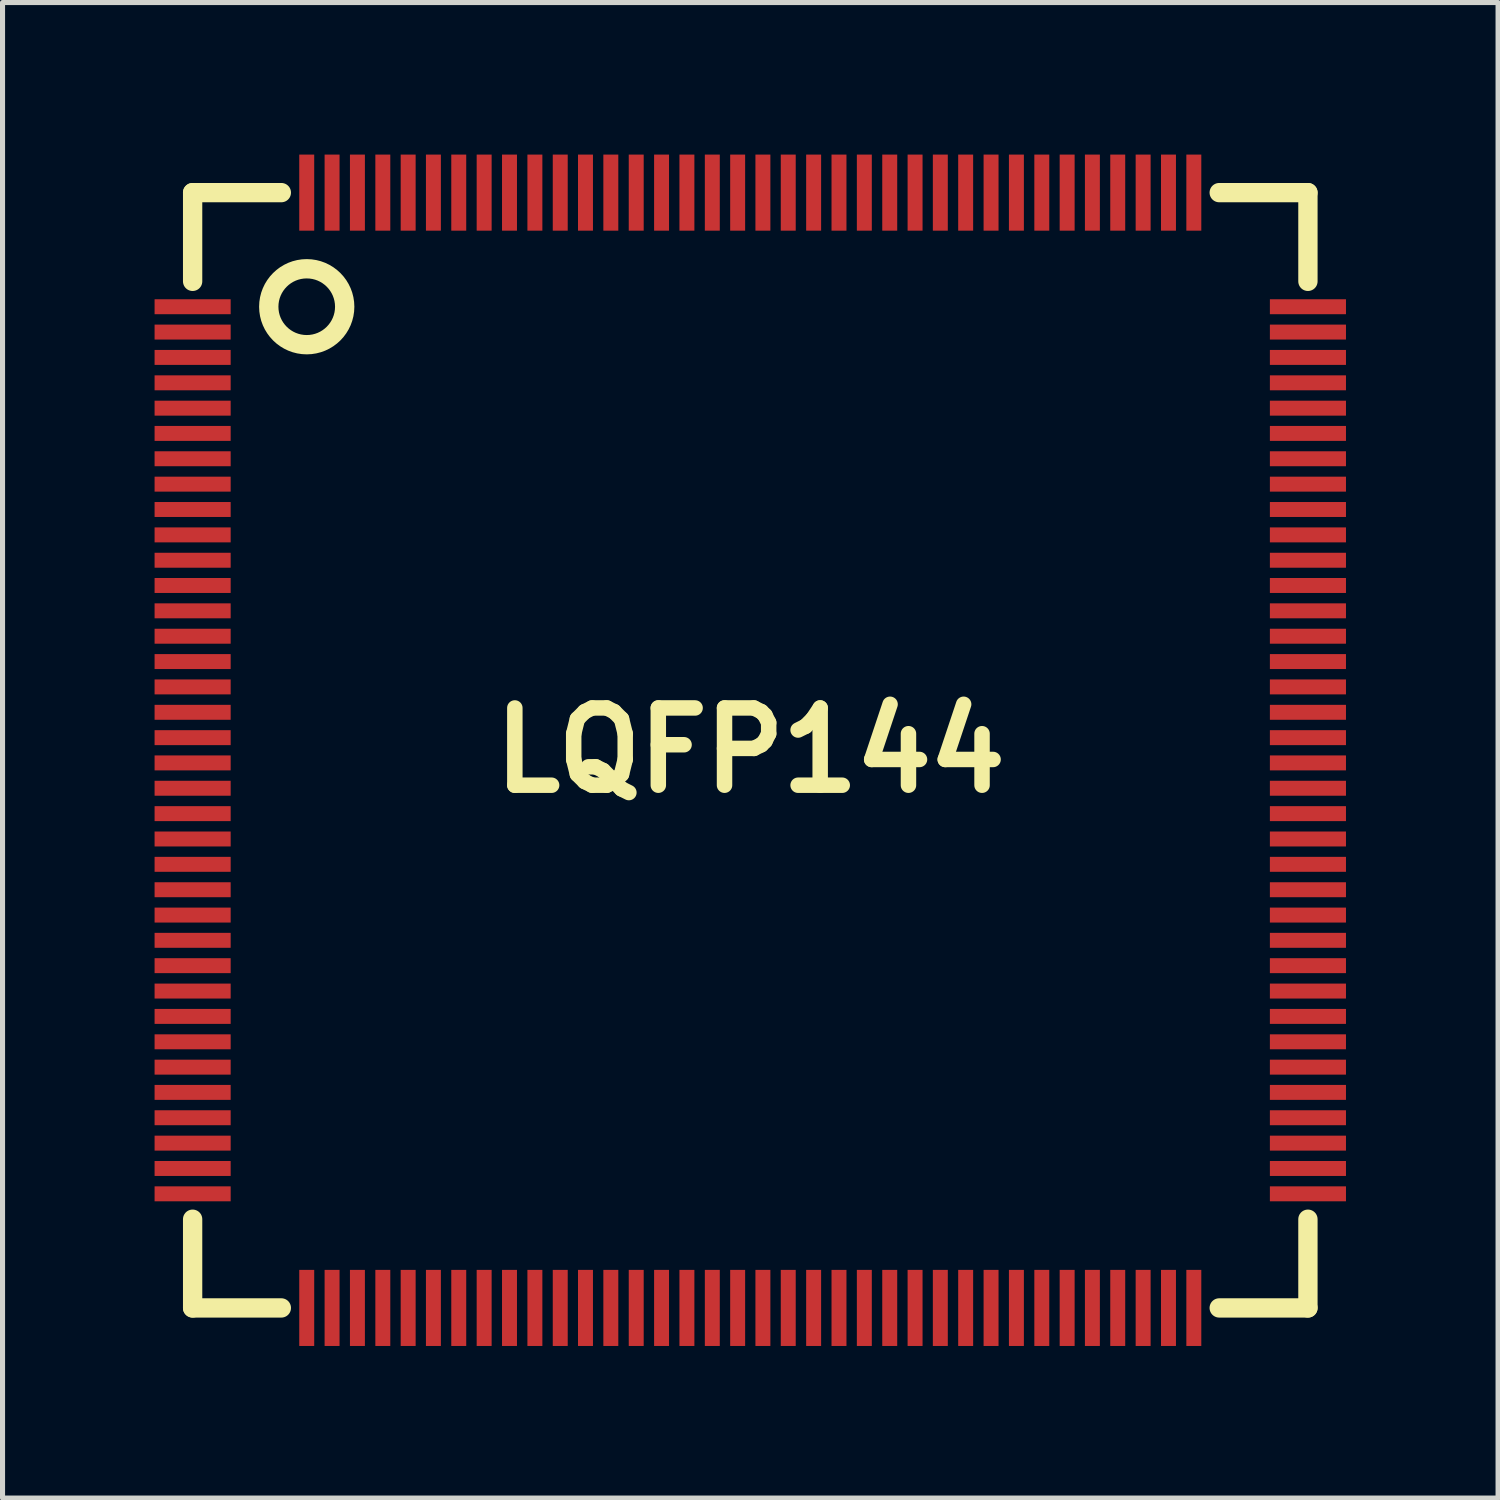
<source format=kicad_pcb>
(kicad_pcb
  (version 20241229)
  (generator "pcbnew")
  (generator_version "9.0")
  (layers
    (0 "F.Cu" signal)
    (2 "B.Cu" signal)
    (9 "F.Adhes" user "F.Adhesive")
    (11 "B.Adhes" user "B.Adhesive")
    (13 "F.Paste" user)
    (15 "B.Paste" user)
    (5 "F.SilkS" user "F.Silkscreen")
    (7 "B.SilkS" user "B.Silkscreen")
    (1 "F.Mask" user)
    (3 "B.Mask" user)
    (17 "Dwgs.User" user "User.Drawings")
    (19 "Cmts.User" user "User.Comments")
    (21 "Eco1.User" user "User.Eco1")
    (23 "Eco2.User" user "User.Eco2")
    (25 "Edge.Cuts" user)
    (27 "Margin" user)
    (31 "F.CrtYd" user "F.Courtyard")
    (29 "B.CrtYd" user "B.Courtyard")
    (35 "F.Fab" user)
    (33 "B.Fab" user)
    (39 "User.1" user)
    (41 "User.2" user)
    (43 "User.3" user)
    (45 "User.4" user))
  (footprint "LQFP144"
    (layer "F.Cu")
    (at 11.751 11.751)
    (property "Reference" "LQFP144" (at 0 0 0) (layer "F.SilkS") (effects (font (size 1.524 1.524) (thickness 0.305))))
    (attr smd)
    (fp_line (start -11.001 -11.001) (end -9.251 -11.001) (stroke (width 0.381) (type solid)) (layer "F.SilkS"))
    (fp_line (start -11.001 -9.251) (end -11.001 -11.001) (stroke (width 0.381) (type solid)) (layer "F.SilkS"))
    (fp_line (start -11.001 9.251) (end -11.001 11.001) (stroke (width 0.381) (type solid)) (layer "F.SilkS"))
    (fp_line (start -11.001 11.001) (end -9.251 11.001) (stroke (width 0.381) (type solid)) (layer "F.SilkS"))
    (fp_line (start 9.251 11.001) (end 11.001 11.001) (stroke (width 0.381) (type solid)) (layer "F.SilkS"))
    (fp_line (start 11.001 -11.001) (end 9.251 -11.001) (stroke (width 0.381) (type solid)) (layer "F.SilkS"))
    (fp_line (start 11.001 -9.251) (end 11.001 -11.001) (stroke (width 0.381) (type solid)) (layer "F.SilkS"))
    (fp_line (start 11.001 11.001) (end 11.001 9.251) (stroke (width 0.381) (type solid)) (layer "F.SilkS"))
    (fp_circle (center -8.75 -8.75) (end -8.001 -8.75) (stroke (width 0.381) (type solid)) (fill no) (layer "F.SilkS"))
    (pad "1" smd rect (at -11.001 -8.75) (size 1.501 0.295) (layers "F.Cu" "F.Mask" "F.Paste"))
    (pad "2" smd rect (at -11.001 -8.25) (size 1.501 0.295) (layers "F.Cu" "F.Mask" "F.Paste"))
    (pad "3" smd rect (at -11.001 -7.75) (size 1.501 0.295) (layers "F.Cu" "F.Mask" "F.Paste"))
    (pad "4" smd rect (at -11.001 -7.249) (size 1.501 0.295) (layers "F.Cu" "F.Mask" "F.Paste"))
    (pad "5" smd rect (at -11.001 -6.749) (size 1.501 0.295) (layers "F.Cu" "F.Mask" "F.Paste"))
    (pad "6" smd rect (at -11.001 -6.251) (size 1.501 0.295) (layers "F.Cu" "F.Mask" "F.Paste"))
    (pad "7" smd rect (at -11.001 -5.751) (size 1.501 0.295) (layers "F.Cu" "F.Mask" "F.Paste"))
    (pad "8" smd rect (at -11.001 -5.25) (size 1.501 0.295) (layers "F.Cu" "F.Mask" "F.Paste"))
    (pad "9" smd rect (at -11.001 -4.75) (size 1.501 0.295) (layers "F.Cu" "F.Mask" "F.Paste"))
    (pad "10" smd rect (at -11.001 -4.249) (size 1.501 0.295) (layers "F.Cu" "F.Mask" "F.Paste"))
    (pad "11" smd rect (at -11.001 -3.749) (size 1.501 0.295) (layers "F.Cu" "F.Mask" "F.Paste"))
    (pad "12" smd rect (at -11.001 -3.251) (size 1.501 0.295) (layers "F.Cu" "F.Mask" "F.Paste"))
    (pad "13" smd rect (at -11.001 -2.751) (size 1.501 0.295) (layers "F.Cu" "F.Mask" "F.Paste"))
    (pad "14" smd rect (at -11.001 -2.25) (size 1.501 0.295) (layers "F.Cu" "F.Mask" "F.Paste"))
    (pad "15" smd rect (at -11.001 -1.75) (size 1.501 0.295) (layers "F.Cu" "F.Mask" "F.Paste"))
    (pad "16" smd rect (at -11.001 -1.25) (size 1.501 0.295) (layers "F.Cu" "F.Mask" "F.Paste"))
    (pad "17" smd rect (at -11.001 -0.749) (size 1.501 0.295) (layers "F.Cu" "F.Mask" "F.Paste"))
    (pad "18" smd rect (at -11.001 -0.249) (size 1.501 0.295) (layers "F.Cu" "F.Mask" "F.Paste"))
    (pad "19" smd rect (at -11.001 0.249) (size 1.501 0.295) (layers "F.Cu" "F.Mask" "F.Paste"))
    (pad "20" smd rect (at -11.001 0.749) (size 1.501 0.295) (layers "F.Cu" "F.Mask" "F.Paste"))
    (pad "21" smd rect (at -11.001 1.25) (size 1.501 0.295) (layers "F.Cu" "F.Mask" "F.Paste"))
    (pad "22" smd rect (at -11.001 1.75) (size 1.501 0.295) (layers "F.Cu" "F.Mask" "F.Paste"))
    (pad "23" smd rect (at -11.001 2.25) (size 1.501 0.295) (layers "F.Cu" "F.Mask" "F.Paste"))
    (pad "24" smd rect (at -11.001 2.751) (size 1.501 0.295) (layers "F.Cu" "F.Mask" "F.Paste"))
    (pad "25" smd rect (at -11.001 3.251) (size 1.501 0.295) (layers "F.Cu" "F.Mask" "F.Paste"))
    (pad "26" smd rect (at -11.001 3.749) (size 1.501 0.295) (layers "F.Cu" "F.Mask" "F.Paste"))
    (pad "27" smd rect (at -11.001 4.249) (size 1.501 0.295) (layers "F.Cu" "F.Mask" "F.Paste"))
    (pad "28" smd rect (at -11.001 4.75) (size 1.501 0.295) (layers "F.Cu" "F.Mask" "F.Paste"))
    (pad "29" smd rect (at -11.001 5.25) (size 1.501 0.295) (layers "F.Cu" "F.Mask" "F.Paste"))
    (pad "30" smd rect (at -11.001 5.751) (size 1.501 0.295) (layers "F.Cu" "F.Mask" "F.Paste"))
    (pad "31" smd rect (at -11.001 6.251) (size 1.501 0.295) (layers "F.Cu" "F.Mask" "F.Paste"))
    (pad "32" smd rect (at -11.001 6.749) (size 1.501 0.295) (layers "F.Cu" "F.Mask" "F.Paste"))
    (pad "33" smd rect (at -11.001 7.249) (size 1.501 0.295) (layers "F.Cu" "F.Mask" "F.Paste"))
    (pad "34" smd rect (at -11.001 7.75) (size 1.501 0.295) (layers "F.Cu" "F.Mask" "F.Paste"))
    (pad "35" smd rect (at -11.001 8.25) (size 1.501 0.295) (layers "F.Cu" "F.Mask" "F.Paste"))
    (pad "36" smd rect (at -11.001 8.75) (size 1.501 0.295) (layers "F.Cu" "F.Mask" "F.Paste"))
    (pad "37" smd rect (at -8.75 11.001 90) (size 1.501 0.295) (layers "F.Cu" "F.Mask" "F.Paste"))
    (pad "38" smd rect (at -8.25 11.001 90) (size 1.501 0.295) (layers "F.Cu" "F.Mask" "F.Paste"))
    (pad "39" smd rect (at -7.75 11.001 90) (size 1.501 0.295) (layers "F.Cu" "F.Mask" "F.Paste"))
    (pad "40" smd rect (at -7.249 11.001 90) (size 1.501 0.295) (layers "F.Cu" "F.Mask" "F.Paste"))
    (pad "41" smd rect (at -6.749 11.001 90) (size 1.501 0.295) (layers "F.Cu" "F.Mask" "F.Paste"))
    (pad "42" smd rect (at -6.251 11.001 90) (size 1.501 0.295) (layers "F.Cu" "F.Mask" "F.Paste"))
    (pad "43" smd rect (at -5.751 11.001 90) (size 1.501 0.295) (layers "F.Cu" "F.Mask" "F.Paste"))
    (pad "44" smd rect (at -5.25 11.001 90) (size 1.501 0.295) (layers "F.Cu" "F.Mask" "F.Paste"))
    (pad "45" smd rect (at -4.75 11.001 90) (size 1.501 0.295) (layers "F.Cu" "F.Mask" "F.Paste"))
    (pad "46" smd rect (at -4.249 11.001 90) (size 1.501 0.295) (layers "F.Cu" "F.Mask" "F.Paste"))
    (pad "47" smd rect (at -3.749 11.001 90) (size 1.501 0.295) (layers "F.Cu" "F.Mask" "F.Paste"))
    (pad "48" smd rect (at -3.251 11.001 90) (size 1.501 0.295) (layers "F.Cu" "F.Mask" "F.Paste"))
    (pad "49" smd rect (at -2.751 11.001 90) (size 1.501 0.295) (layers "F.Cu" "F.Mask" "F.Paste"))
    (pad "50" smd rect (at -2.25 11.001 90) (size 1.501 0.295) (layers "F.Cu" "F.Mask" "F.Paste"))
    (pad "51" smd rect (at -1.75 11.001 90) (size 1.501 0.295) (layers "F.Cu" "F.Mask" "F.Paste"))
    (pad "52" smd rect (at -1.25 11.001 90) (size 1.501 0.295) (layers "F.Cu" "F.Mask" "F.Paste"))
    (pad "53" smd rect (at -0.749 11.001 90) (size 1.501 0.295) (layers "F.Cu" "F.Mask" "F.Paste"))
    (pad "54" smd rect (at -0.249 11.001 90) (size 1.501 0.295) (layers "F.Cu" "F.Mask" "F.Paste"))
    (pad "55" smd rect (at 0.249 11.001 90) (size 1.501 0.295) (layers "F.Cu" "F.Mask" "F.Paste"))
    (pad "56" smd rect (at 0.749 11.001 90) (size 1.501 0.295) (layers "F.Cu" "F.Mask" "F.Paste"))
    (pad "57" smd rect (at 1.25 11.001 90) (size 1.501 0.295) (layers "F.Cu" "F.Mask" "F.Paste"))
    (pad "58" smd rect (at 1.75 11.001 90) (size 1.501 0.295) (layers "F.Cu" "F.Mask" "F.Paste"))
    (pad "59" smd rect (at 2.25 11.001 90) (size 1.501 0.295) (layers "F.Cu" "F.Mask" "F.Paste"))
    (pad "60" smd rect (at 2.751 11.001 90) (size 1.501 0.295) (layers "F.Cu" "F.Mask" "F.Paste"))
    (pad "61" smd rect (at 3.251 11.001 90) (size 1.501 0.295) (layers "F.Cu" "F.Mask" "F.Paste"))
    (pad "62" smd rect (at 3.749 11.001 90) (size 1.501 0.295) (layers "F.Cu" "F.Mask" "F.Paste"))
    (pad "63" smd rect (at 4.249 11.001 90) (size 1.501 0.295) (layers "F.Cu" "F.Mask" "F.Paste"))
    (pad "64" smd rect (at 4.75 11.001 90) (size 1.501 0.295) (layers "F.Cu" "F.Mask" "F.Paste"))
    (pad "65" smd rect (at 5.25 11.001 90) (size 1.501 0.295) (layers "F.Cu" "F.Mask" "F.Paste"))
    (pad "66" smd rect (at 5.751 11.001 90) (size 1.501 0.295) (layers "F.Cu" "F.Mask" "F.Paste"))
    (pad "67" smd rect (at 6.251 11.001 90) (size 1.501 0.295) (layers "F.Cu" "F.Mask" "F.Paste"))
    (pad "68" smd rect (at 6.749 11.001 90) (size 1.501 0.295) (layers "F.Cu" "F.Mask" "F.Paste"))
    (pad "69" smd rect (at 7.249 11.001 90) (size 1.501 0.295) (layers "F.Cu" "F.Mask" "F.Paste"))
    (pad "70" smd rect (at 7.75 11.001 90) (size 1.501 0.295) (layers "F.Cu" "F.Mask" "F.Paste"))
    (pad "71" smd rect (at 8.25 11.001 90) (size 1.501 0.295) (layers "F.Cu" "F.Mask" "F.Paste"))
    (pad "72" smd rect (at 8.75 11.001 90) (size 1.501 0.295) (layers "F.Cu" "F.Mask" "F.Paste"))
    (pad "73" smd rect (at 11.001 8.75) (size 1.501 0.295) (layers "F.Cu" "F.Mask" "F.Paste"))
    (pad "74" smd rect (at 11.001 8.25) (size 1.501 0.295) (layers "F.Cu" "F.Mask" "F.Paste"))
    (pad "75" smd rect (at 11.001 7.75) (size 1.501 0.295) (layers "F.Cu" "F.Mask" "F.Paste"))
    (pad "76" smd rect (at 11.001 7.249) (size 1.501 0.295) (layers "F.Cu" "F.Mask" "F.Paste"))
    (pad "77" smd rect (at 11.001 6.749) (size 1.501 0.295) (layers "F.Cu" "F.Mask" "F.Paste"))
    (pad "78" smd rect (at 11.001 6.251) (size 1.501 0.295) (layers "F.Cu" "F.Mask" "F.Paste"))
    (pad "79" smd rect (at 11.001 5.751) (size 1.501 0.295) (layers "F.Cu" "F.Mask" "F.Paste"))
    (pad "80" smd rect (at 11.001 5.25) (size 1.501 0.295) (layers "F.Cu" "F.Mask" "F.Paste"))
    (pad "81" smd rect (at 11.001 4.75) (size 1.501 0.295) (layers "F.Cu" "F.Mask" "F.Paste"))
    (pad "82" smd rect (at 11.001 4.249) (size 1.501 0.295) (layers "F.Cu" "F.Mask" "F.Paste"))
    (pad "83" smd rect (at 11.001 3.749) (size 1.501 0.295) (layers "F.Cu" "F.Mask" "F.Paste"))
    (pad "84" smd rect (at 11.001 3.251) (size 1.501 0.295) (layers "F.Cu" "F.Mask" "F.Paste"))
    (pad "85" smd rect (at 11.001 2.751) (size 1.501 0.295) (layers "F.Cu" "F.Mask" "F.Paste"))
    (pad "86" smd rect (at 11.001 2.25) (size 1.501 0.295) (layers "F.Cu" "F.Mask" "F.Paste"))
    (pad "87" smd rect (at 11.001 1.75) (size 1.501 0.295) (layers "F.Cu" "F.Mask" "F.Paste"))
    (pad "88" smd rect (at 11.001 1.25) (size 1.501 0.295) (layers "F.Cu" "F.Mask" "F.Paste"))
    (pad "89" smd rect (at 11.001 0.749) (size 1.501 0.295) (layers "F.Cu" "F.Mask" "F.Paste"))
    (pad "90" smd rect (at 11.001 0.249) (size 1.501 0.295) (layers "F.Cu" "F.Mask" "F.Paste"))
    (pad "91" smd rect (at 11.001 -0.249) (size 1.501 0.295) (layers "F.Cu" "F.Mask" "F.Paste"))
    (pad "92" smd rect (at 11.001 -0.749) (size 1.501 0.295) (layers "F.Cu" "F.Mask" "F.Paste"))
    (pad "93" smd rect (at 11.001 -1.25) (size 1.501 0.295) (layers "F.Cu" "F.Mask" "F.Paste"))
    (pad "94" smd rect (at 11.001 -1.75) (size 1.501 0.295) (layers "F.Cu" "F.Mask" "F.Paste"))
    (pad "95" smd rect (at 11.001 -2.25) (size 1.501 0.295) (layers "F.Cu" "F.Mask" "F.Paste"))
    (pad "96" smd rect (at 11.001 -2.751) (size 1.501 0.295) (layers "F.Cu" "F.Mask" "F.Paste"))
    (pad "97" smd rect (at 11.001 -3.251) (size 1.501 0.295) (layers "F.Cu" "F.Mask" "F.Paste"))
    (pad "98" smd rect (at 11.001 -3.749) (size 1.501 0.295) (layers "F.Cu" "F.Mask" "F.Paste"))
    (pad "99" smd rect (at 11.001 -4.249) (size 1.501 0.295) (layers "F.Cu" "F.Mask" "F.Paste"))
    (pad "100" smd rect (at 11.001 -4.75) (size 1.501 0.295) (layers "F.Cu" "F.Mask" "F.Paste"))
    (pad "101" smd rect (at 11.001 -5.25) (size 1.501 0.295) (layers "F.Cu" "F.Mask" "F.Paste"))
    (pad "102" smd rect (at 11.001 -5.751) (size 1.501 0.295) (layers "F.Cu" "F.Mask" "F.Paste"))
    (pad "103" smd rect (at 11.001 -6.251) (size 1.501 0.295) (layers "F.Cu" "F.Mask" "F.Paste"))
    (pad "104" smd rect (at 11.001 -6.749) (size 1.501 0.295) (layers "F.Cu" "F.Mask" "F.Paste"))
    (pad "105" smd rect (at 11.001 -7.249) (size 1.501 0.295) (layers "F.Cu" "F.Mask" "F.Paste"))
    (pad "106" smd rect (at 11.001 -7.75) (size 1.501 0.295) (layers "F.Cu" "F.Mask" "F.Paste"))
    (pad "107" smd rect (at 11.001 -8.25) (size 1.501 0.295) (layers "F.Cu" "F.Mask" "F.Paste"))
    (pad "108" smd rect (at 11.001 -8.75) (size 1.501 0.295) (layers "F.Cu" "F.Mask" "F.Paste"))
    (pad "109" smd rect (at 8.75 -11.001 90) (size 1.501 0.295) (layers "F.Cu" "F.Mask" "F.Paste"))
    (pad "110" smd rect (at 8.25 -11.001 90) (size 1.501 0.295) (layers "F.Cu" "F.Mask" "F.Paste"))
    (pad "111" smd rect (at 7.75 -11.001 90) (size 1.501 0.295) (layers "F.Cu" "F.Mask" "F.Paste"))
    (pad "112" smd rect (at 7.249 -11.001 90) (size 1.501 0.295) (layers "F.Cu" "F.Mask" "F.Paste"))
    (pad "113" smd rect (at 6.749 -11.001 90) (size 1.501 0.295) (layers "F.Cu" "F.Mask" "F.Paste"))
    (pad "114" smd rect (at 6.251 -11.001 90) (size 1.501 0.295) (layers "F.Cu" "F.Mask" "F.Paste"))
    (pad "115" smd rect (at 5.751 -11.001 90) (size 1.501 0.295) (layers "F.Cu" "F.Mask" "F.Paste"))
    (pad "116" smd rect (at 5.25 -11.001 90) (size 1.501 0.295) (layers "F.Cu" "F.Mask" "F.Paste"))
    (pad "117" smd rect (at 4.75 -11.001 90) (size 1.501 0.295) (layers "F.Cu" "F.Mask" "F.Paste"))
    (pad "118" smd rect (at 4.249 -11.001 90) (size 1.501 0.295) (layers "F.Cu" "F.Mask" "F.Paste"))
    (pad "119" smd rect (at 3.749 -11.001 90) (size 1.501 0.295) (layers "F.Cu" "F.Mask" "F.Paste"))
    (pad "120" smd rect (at 3.251 -11.001 90) (size 1.501 0.295) (layers "F.Cu" "F.Mask" "F.Paste"))
    (pad "121" smd rect (at 2.751 -11.001 90) (size 1.501 0.295) (layers "F.Cu" "F.Mask" "F.Paste"))
    (pad "122" smd rect (at 2.25 -11.001 90) (size 1.501 0.295) (layers "F.Cu" "F.Mask" "F.Paste"))
    (pad "123" smd rect (at 1.75 -11.001 90) (size 1.501 0.295) (layers "F.Cu" "F.Mask" "F.Paste"))
    (pad "124" smd rect (at 1.25 -11.001 90) (size 1.501 0.295) (layers "F.Cu" "F.Mask" "F.Paste"))
    (pad "125" smd rect (at 0.749 -11.001 90) (size 1.501 0.295) (layers "F.Cu" "F.Mask" "F.Paste"))
    (pad "126" smd rect (at 0.249 -11.001 90) (size 1.501 0.295) (layers "F.Cu" "F.Mask" "F.Paste"))
    (pad "127" smd rect (at -0.249 -11.001 90) (size 1.501 0.295) (layers "F.Cu" "F.Mask" "F.Paste"))
    (pad "128" smd rect (at -0.749 -11.001 90) (size 1.501 0.295) (layers "F.Cu" "F.Mask" "F.Paste"))
    (pad "129" smd rect (at -1.25 -11.001 90) (size 1.501 0.295) (layers "F.Cu" "F.Mask" "F.Paste"))
    (pad "130" smd rect (at -1.75 -11.001 90) (size 1.501 0.295) (layers "F.Cu" "F.Mask" "F.Paste"))
    (pad "131" smd rect (at -2.25 -11.001 90) (size 1.501 0.295) (layers "F.Cu" "F.Mask" "F.Paste"))
    (pad "132" smd rect (at -2.751 -11.001 90) (size 1.501 0.295) (layers "F.Cu" "F.Mask" "F.Paste"))
    (pad "133" smd rect (at -3.251 -11.001 90) (size 1.501 0.295) (layers "F.Cu" "F.Mask" "F.Paste"))
    (pad "134" smd rect (at -3.749 -11.001 90) (size 1.501 0.295) (layers "F.Cu" "F.Mask" "F.Paste"))
    (pad "135" smd rect (at -4.249 -11.001 90) (size 1.501 0.295) (layers "F.Cu" "F.Mask" "F.Paste"))
    (pad "136" smd rect (at -4.75 -11.001 90) (size 1.501 0.295) (layers "F.Cu" "F.Mask" "F.Paste"))
    (pad "137" smd rect (at -5.25 -11.001 90) (size 1.501 0.295) (layers "F.Cu" "F.Mask" "F.Paste"))
    (pad "138" smd rect (at -5.751 -11.001 90) (size 1.501 0.295) (layers "F.Cu" "F.Mask" "F.Paste"))
    (pad "139" smd rect (at -6.251 -11.001 90) (size 1.501 0.295) (layers "F.Cu" "F.Mask" "F.Paste"))
    (pad "140" smd rect (at -6.749 -11.001 90) (size 1.501 0.295) (layers "F.Cu" "F.Mask" "F.Paste"))
    (pad "141" smd rect (at -7.249 -11.001 90) (size 1.501 0.295) (layers "F.Cu" "F.Mask" "F.Paste"))
    (pad "142" smd rect (at -7.75 -11.001 90) (size 1.501 0.295) (layers "F.Cu" "F.Mask" "F.Paste"))
    (pad "143" smd rect (at -8.25 -11.001 90) (size 1.501 0.295) (layers "F.Cu" "F.Mask" "F.Paste"))
    (pad "144" smd rect (at -8.75 -11.001 90) (size 1.501 0.295) (layers "F.Cu" "F.Mask" "F.Paste")))
  (gr_rect
    (start -3 -3)
    (end 26.503 26.503)
    (stroke (width 0.1) (type default))
    (fill no)
    (layer "Edge.Cuts")))
</source>
